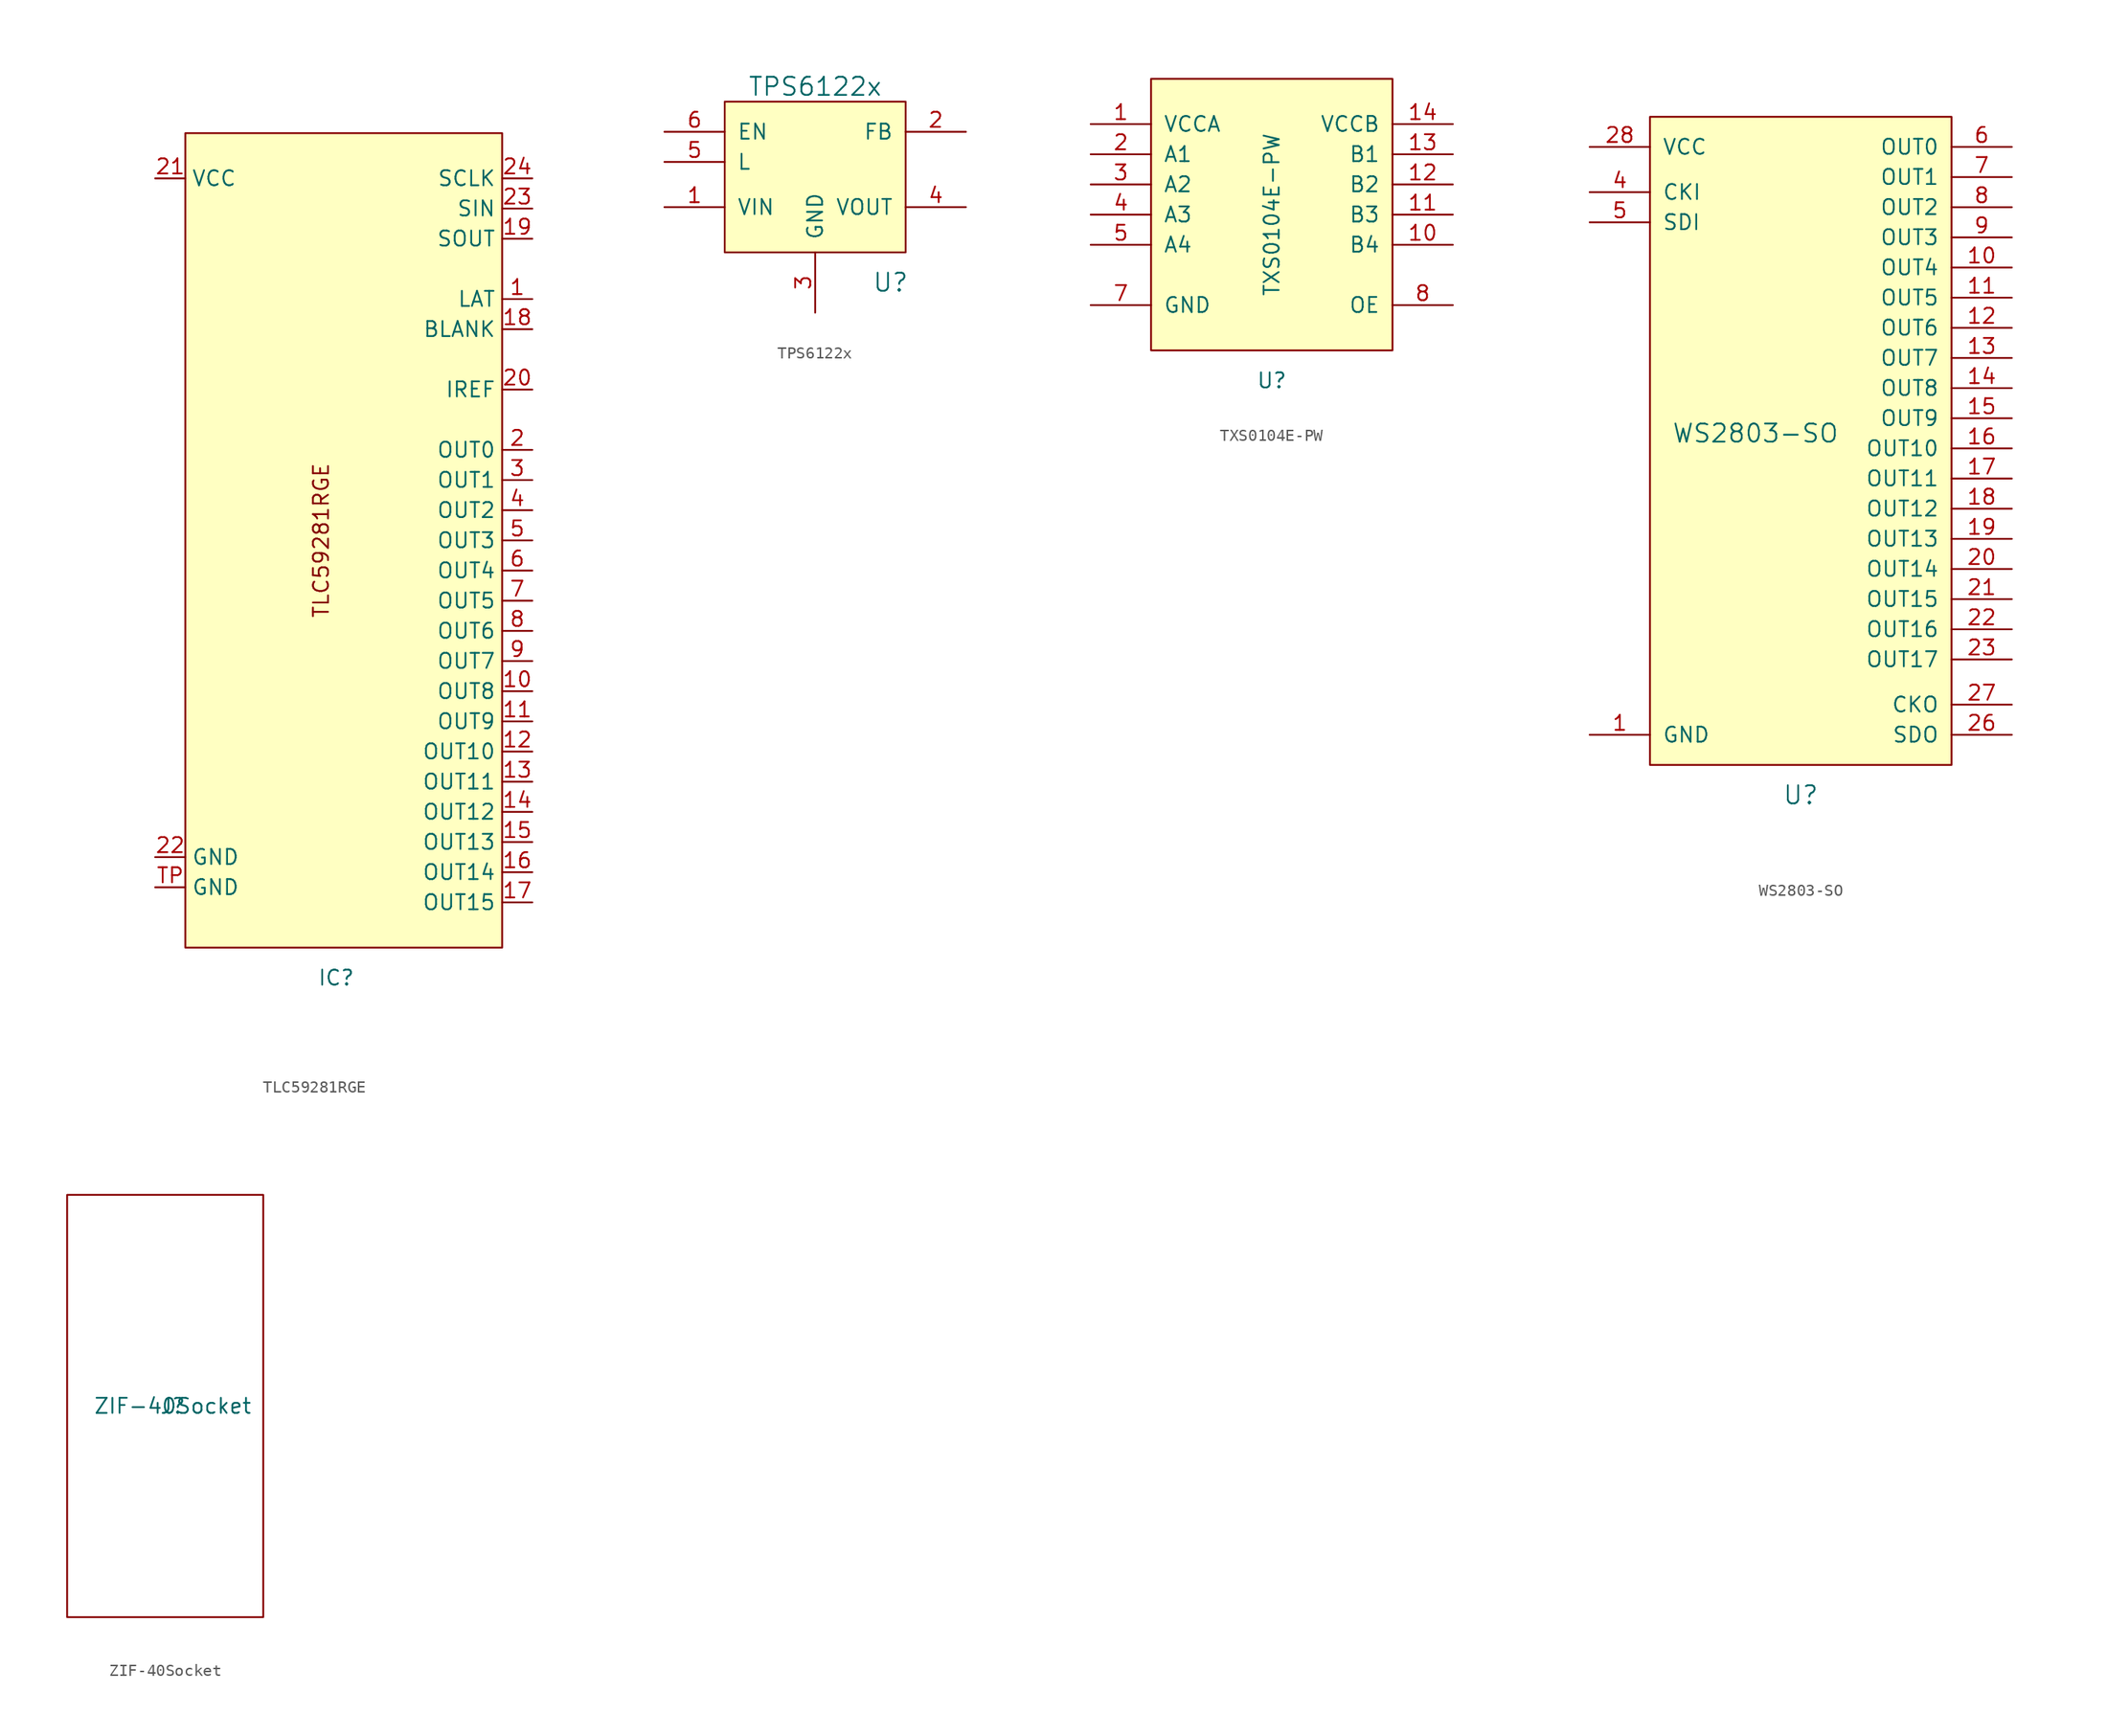
<source format=kicad_sym>
(kicad_symbol_lib
  (version 20220914)
  (generator kicad_symbol_editor)
  (symbol "TLC59281RGE"
    (property "Reference" "IC"
      (at -1.27 -38.1 0)
      (effects (font (size 1.27 1.27))))
    (property "Value" ""
      (at -21.59 -26.67 0)
      (effects (font (size 1.27 1.27))))
    (symbol "TLC59281RGE_1_0"
      (pin output line (at 15.24 -13.97 180) (length 2.54) (name "OUT8" (effects (font (size 1.27 1.27)))) (number "10" (effects (font (size 1.27 1.27)))))
      (pin output line (at 15.24 -16.51 180) (length 2.54) (name "OUT9" (effects (font (size 1.27 1.27)))) (number "11" (effects (font (size 1.27 1.27)))))
      (pin output line (at 15.24 -19.05 180) (length 2.54) (name "OUT10" (effects (font (size 1.27 1.27)))) (number "12" (effects (font (size 1.27 1.27)))))
      (pin output line (at 15.24 -21.59 180) (length 2.54) (name "OUT11" (effects (font (size 1.27 1.27)))) (number "13" (effects (font (size 1.27 1.27)))))
      (pin output line (at 15.24 -24.13 180) (length 2.54) (name "OUT12" (effects (font (size 1.27 1.27)))) (number "14" (effects (font (size 1.27 1.27)))))
      (pin output line (at 15.24 -26.67 180) (length 2.54) (name "OUT13" (effects (font (size 1.27 1.27)))) (number "15" (effects (font (size 1.27 1.27)))))
      (pin output line (at 15.24 -29.21 180) (length 2.54) (name "OUT14" (effects (font (size 1.27 1.27)))) (number "16" (effects (font (size 1.27 1.27)))))
      (pin output line (at 15.24 -31.75 180) (length 2.54) (name "OUT15" (effects (font (size 1.27 1.27)))) (number "17" (effects (font (size 1.27 1.27)))))
      (pin output line (at 15.24 3.81 180) (length 2.54) (name "OUT1" (effects (font (size 1.27 1.27)))) (number "3" (effects (font (size 1.27 1.27)))))
      (pin output line (at 15.24 1.27 180) (length 2.54) (name "OUT2" (effects (font (size 1.27 1.27)))) (number "4" (effects (font (size 1.27 1.27)))))
      (pin output line (at 15.24 -1.27 180) (length 2.54) (name "OUT3" (effects (font (size 1.27 1.27)))) (number "5" (effects (font (size 1.27 1.27)))))
      (pin output line (at 15.24 -3.81 180) (length 2.54) (name "OUT4" (effects (font (size 1.27 1.27)))) (number "6" (effects (font (size 1.27 1.27)))))
      (pin output line (at 15.24 -6.35 180) (length 2.54) (name "OUT5" (effects (font (size 1.27 1.27)))) (number "7" (effects (font (size 1.27 1.27)))))
      (pin output line (at 15.24 -8.89 180) (length 2.54) (name "OUT6" (effects (font (size 1.27 1.27)))) (number "8" (effects (font (size 1.27 1.27)))))
      (pin output line (at 15.24 -11.43 180) (length 2.54) (name "OUT7" (effects (font (size 1.27 1.27)))) (number "9" (effects (font (size 1.27 1.27))))))
    (symbol "TLC59281RGE_1_1"
      (rectangle (start -13.97 33.02) (end 12.7 -35.56) (stroke (width 0) (type default)) (fill (type background)))
      (text "TLC59281RGE" (at -2.54 -1.27 900) (effects (font (size 1.27 1.27))))
      (pin input line (at 15.24 19.05 180) (length 2.54) (name "LAT" (effects (font (size 1.27 1.27)))) (number "1" (effects (font (size 1.27 1.27)))))
      (pin input line (at 15.24 16.51 180) (length 2.54) (name "BLANK" (effects (font (size 1.27 1.27)))) (number "18" (effects (font (size 1.27 1.27)))))
      (pin output line (at 15.24 24.13 180) (length 2.54) (name "SOUT" (effects (font (size 1.27 1.27)))) (number "19" (effects (font (size 1.27 1.27)))))
      (pin output line (at 15.24 6.35 180) (length 2.54) (name "OUT0" (effects (font (size 1.27 1.27)))) (number "2" (effects (font (size 1.27 1.27)))))
      (pin output line (at 15.24 11.43 180) (length 2.54) (name "IREF" (effects (font (size 1.27 1.27)))) (number "20" (effects (font (size 1.27 1.27)))))
      (pin power_in line (at -16.51 29.21 0) (length 2.54) (name "VCC" (effects (font (size 1.27 1.27)))) (number "21" (effects (font (size 1.27 1.27)))))
      (pin power_out line (at -16.51 -27.94 0) (length 2.54) (name "GND" (effects (font (size 1.27 1.27)))) (number "22" (effects (font (size 1.27 1.27)))))
      (pin input line (at 15.24 26.67 180) (length 2.54) (name "SIN" (effects (font (size 1.27 1.27)))) (number "23" (effects (font (size 1.27 1.27)))))
      (pin input line (at 15.24 29.21 180) (length 2.54) (name "SCLK" (effects (font (size 1.27 1.27)))) (number "24" (effects (font (size 1.27 1.27)))))
      (pin power_out line (at -16.51 -30.48 0) (length 2.54) (name "GND" (effects (font (size 1.27 1.27)))) (number "TP" (effects (font (size 1.27 1.27)))))))
  (symbol "TPS6122x"
    (pin_names
      (offset 1.016))
    (property "Reference" "U"
      (at 6.35 -8.89 0)
      (effects (font (size 1.524 1.524))))
    (property "Value" "TPS6122x"
      (at 0 7.62 0)
      (effects (font (size 1.524 1.524))))
    (symbol "TPS6122x_0_1"
      (rectangle (start -7.62 6.35) (end 7.62 -6.35) (stroke (width 0) (type solid)) (fill (type background))))
    (symbol "TPS6122x_1_1"
      (pin power_in line (at -12.7 -2.54 0) (length 5.08) (name "VIN" (effects (font (size 1.27 1.27)))) (number "1" (effects (font (size 1.27 1.27)))))
      (pin input line (at 12.7 3.81 180) (length 5.08) (name "FB" (effects (font (size 1.27 1.27)))) (number "2" (effects (font (size 1.27 1.27)))))
      (pin input line (at 0 -11.43 90) (length 5.08) (name "GND" (effects (font (size 1.27 1.27)))) (number "3" (effects (font (size 1.27 1.27)))))
      (pin input line (at 12.7 -2.54 180) (length 5.08) (name "VOUT" (effects (font (size 1.27 1.27)))) (number "4" (effects (font (size 1.27 1.27)))))
      (pin input line (at -12.7 1.27 0) (length 5.08) (name "L" (effects (font (size 1.27 1.27)))) (number "5" (effects (font (size 1.27 1.27)))))
      (pin input line (at -12.7 3.81 0) (length 5.08) (name "EN" (effects (font (size 1.27 1.27)))) (number "6" (effects (font (size 1.27 1.27)))))))
  (symbol "TXS0104E-PW"
    (pin_names
      (offset 1.016))
    (property "Reference" "U"
      (at 0 -13.97 0)
      (effects (font (size 1.27 1.27))))
    (property "Value" "TXS0104E-PW"
      (at 0 0 90)
      (effects (font (size 1.27 1.27))))
    (symbol "TXS0104E-PW_0_1"
      (rectangle (start -10.16 11.43) (end 10.16 -11.43) (stroke (width 0) (type solid)) (fill (type background))))
    (symbol "TXS0104E-PW_1_1"
      (pin power_in line (at -15.24 7.62 0) (length 5.08) (name "VCCA" (effects (font (size 1.27 1.27)))) (number "1" (effects (font (size 1.27 1.27)))))
      (pin bidirectional line (at 15.24 -2.54 180) (length 5.08) (name "B4" (effects (font (size 1.27 1.27)))) (number "10" (effects (font (size 1.27 1.27)))))
      (pin bidirectional line (at 15.24 0 180) (length 5.08) (name "B3" (effects (font (size 1.27 1.27)))) (number "11" (effects (font (size 1.27 1.27)))))
      (pin bidirectional line (at 15.24 2.54 180) (length 5.08) (name "B2" (effects (font (size 1.27 1.27)))) (number "12" (effects (font (size 1.27 1.27)))))
      (pin bidirectional line (at 15.24 5.08 180) (length 5.08) (name "B1" (effects (font (size 1.27 1.27)))) (number "13" (effects (font (size 1.27 1.27)))))
      (pin power_in line (at 15.24 7.62 180) (length 5.08) (name "VCCB" (effects (font (size 1.27 1.27)))) (number "14" (effects (font (size 1.27 1.27)))))
      (pin bidirectional line (at -15.24 5.08 0) (length 5.08) (name "A1" (effects (font (size 1.27 1.27)))) (number "2" (effects (font (size 1.27 1.27)))))
      (pin bidirectional line (at -15.24 2.54 0) (length 5.08) (name "A2" (effects (font (size 1.27 1.27)))) (number "3" (effects (font (size 1.27 1.27)))))
      (pin bidirectional line (at -15.24 0 0) (length 5.08) (name "A3" (effects (font (size 1.27 1.27)))) (number "4" (effects (font (size 1.27 1.27)))))
      (pin bidirectional line (at -15.24 -2.54 0) (length 5.08) (name "A4" (effects (font (size 1.27 1.27)))) (number "5" (effects (font (size 1.27 1.27)))))
      (pin no_connect line (at -15.24 -5.08 0) (length 5.08) hide (name "NC" (effects (font (size 1.27 1.27)))) (number "6" (effects (font (size 1.27 1.27)))))
      (pin power_out line (at -15.24 -7.62 0) (length 5.08) (name "GND" (effects (font (size 1.27 1.27)))) (number "7" (effects (font (size 1.27 1.27)))))
      (pin input line (at 15.24 -7.62 180) (length 5.08) (name "OE" (effects (font (size 1.27 1.27)))) (number "8" (effects (font (size 1.27 1.27)))))
      (pin no_connect line (at 15.24 -5.08 180) (length 5.08) hide (name "NC" (effects (font (size 1.27 1.27)))) (number "9" (effects (font (size 1.27 1.27)))))))
  (symbol "WS2803-SO"
    (pin_names
      (offset 1.016))
    (property "Reference" "U"
      (at 0 -31.75 0)
      (effects (font (size 1.524 1.524))))
    (property "Value" "WS2803-SO"
      (at -3.81 -1.27 0)
      (effects (font (size 1.524 1.524))))
    (symbol "WS2803-SO_0_1"
      (rectangle (start -12.7 25.4) (end 12.7 -29.21) (stroke (width 0) (type solid)) (fill (type background))))
    (symbol "WS2803-SO_1_1"
      (pin input line (at -17.78 -26.67 0) (length 5.08) (name "GND" (effects (font (size 1.27 1.27)))) (number "1" (effects (font (size 1.27 1.27)))))
      (pin input line (at 17.78 12.7 180) (length 5.08) (name "OUT4" (effects (font (size 1.27 1.27)))) (number "10" (effects (font (size 1.27 1.27)))))
      (pin input line (at 17.78 10.16 180) (length 5.08) (name "OUT5" (effects (font (size 1.27 1.27)))) (number "11" (effects (font (size 1.27 1.27)))))
      (pin input line (at 17.78 7.62 180) (length 5.08) (name "OUT6" (effects (font (size 1.27 1.27)))) (number "12" (effects (font (size 1.27 1.27)))))
      (pin input line (at 17.78 5.08 180) (length 5.08) (name "OUT7" (effects (font (size 1.27 1.27)))) (number "13" (effects (font (size 1.27 1.27)))))
      (pin input line (at 17.78 2.54 180) (length 5.08) (name "OUT8" (effects (font (size 1.27 1.27)))) (number "14" (effects (font (size 1.27 1.27)))))
      (pin input line (at 17.78 0 180) (length 5.08) (name "OUT9" (effects (font (size 1.27 1.27)))) (number "15" (effects (font (size 1.27 1.27)))))
      (pin input line (at 17.78 -2.54 180) (length 5.08) (name "OUT10" (effects (font (size 1.27 1.27)))) (number "16" (effects (font (size 1.27 1.27)))))
      (pin input line (at 17.78 -5.08 180) (length 5.08) (name "OUT11" (effects (font (size 1.27 1.27)))) (number "17" (effects (font (size 1.27 1.27)))))
      (pin input line (at 17.78 -7.62 180) (length 5.08) (name "OUT12" (effects (font (size 1.27 1.27)))) (number "18" (effects (font (size 1.27 1.27)))))
      (pin input line (at 17.78 -10.16 180) (length 5.08) (name "OUT13" (effects (font (size 1.27 1.27)))) (number "19" (effects (font (size 1.27 1.27)))))
      (pin input line (at 17.78 -12.7 180) (length 5.08) (name "OUT14" (effects (font (size 1.27 1.27)))) (number "20" (effects (font (size 1.27 1.27)))))
      (pin input line (at 17.78 -15.24 180) (length 5.08) (name "OUT15" (effects (font (size 1.27 1.27)))) (number "21" (effects (font (size 1.27 1.27)))))
      (pin input line (at 17.78 -17.78 180) (length 5.08) (name "OUT16" (effects (font (size 1.27 1.27)))) (number "22" (effects (font (size 1.27 1.27)))))
      (pin input line (at 17.78 -20.32 180) (length 5.08) (name "OUT17" (effects (font (size 1.27 1.27)))) (number "23" (effects (font (size 1.27 1.27)))))
      (pin input line (at 17.78 -26.67 180) (length 5.08) (name "SDO" (effects (font (size 1.27 1.27)))) (number "26" (effects (font (size 1.27 1.27)))))
      (pin input line (at 17.78 -24.13 180) (length 5.08) (name "CKO" (effects (font (size 1.27 1.27)))) (number "27" (effects (font (size 1.27 1.27)))))
      (pin input line (at -17.78 22.86 0) (length 5.08) (name "VCC" (effects (font (size 1.27 1.27)))) (number "28" (effects (font (size 1.27 1.27)))))
      (pin input line (at -17.78 19.05 0) (length 5.08) (name "CKI" (effects (font (size 1.27 1.27)))) (number "4" (effects (font (size 1.27 1.27)))))
      (pin input line (at -17.78 16.51 0) (length 5.08) (name "SDI" (effects (font (size 1.27 1.27)))) (number "5" (effects (font (size 1.27 1.27)))))
      (pin input line (at 17.78 22.86 180) (length 5.08) (name "OUT0" (effects (font (size 1.27 1.27)))) (number "6" (effects (font (size 1.27 1.27)))))
      (pin input line (at 17.78 20.32 180) (length 5.08) (name "OUT1" (effects (font (size 1.27 1.27)))) (number "7" (effects (font (size 1.27 1.27)))))
      (pin input line (at 17.78 17.78 180) (length 5.08) (name "OUT2" (effects (font (size 1.27 1.27)))) (number "8" (effects (font (size 1.27 1.27)))))
      (pin input line (at 17.78 15.24 180) (length 5.08) (name "OUT3" (effects (font (size 1.27 1.27)))) (number "9" (effects (font (size 1.27 1.27)))))))
  (symbol "ZIF-40Socket"
    (pin_names
      (offset 1.016))
    (property "Reference" "J"
      (at 0 0 0)
      (effects (font (size 1.27 1.27))))
    (property "Value" "ZIF-40Socket"
      (at 0 0 0)
      (effects (font (size 1.27 1.27))))
    (symbol "ZIF-40Socket_0_1"
      (rectangle (start -8.89 17.78) (end 7.62 -17.78) (stroke (width 0) (type solid)) (fill (type none))))))
</source>
